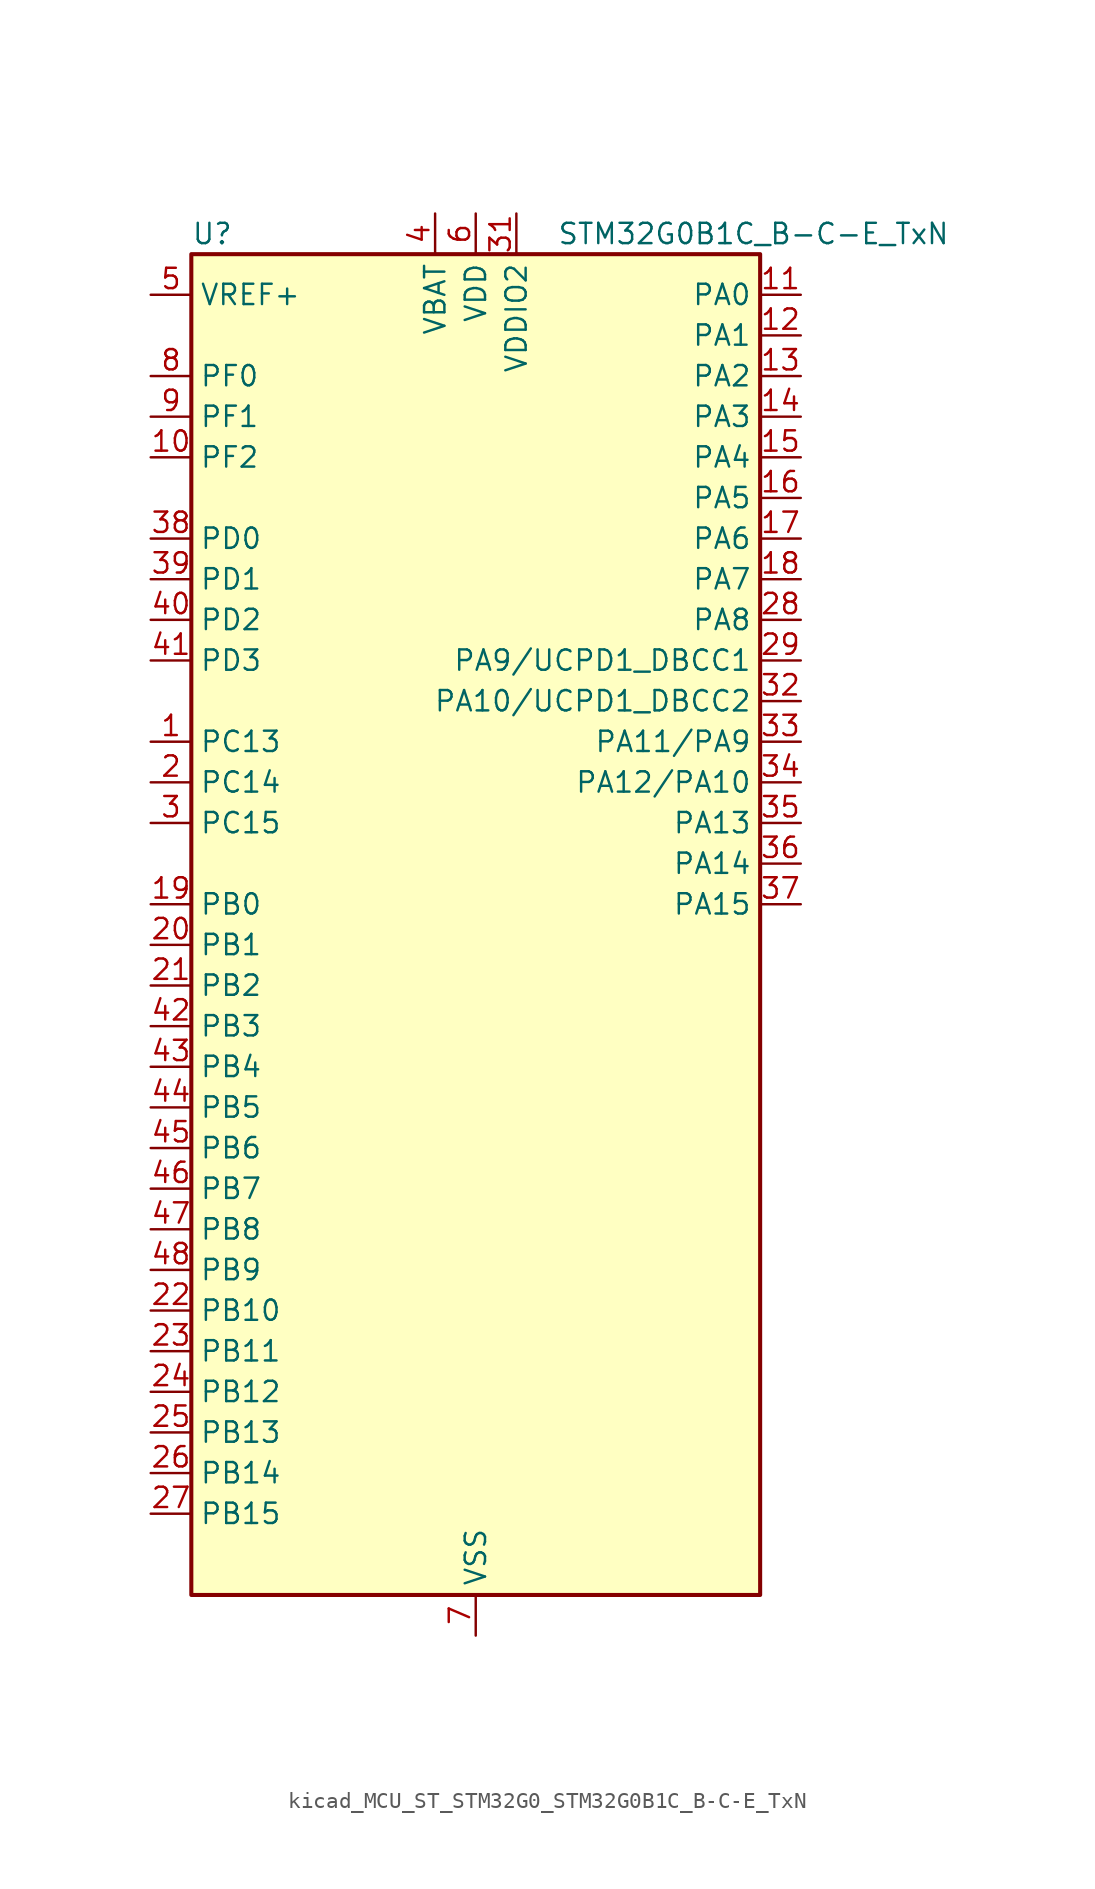
<source format=kicad_sym>
(kicad_symbol_lib
  (version 20220914)
  (generator kicad_symbol_editor)
  (symbol "kicad_MCU_ST_STM32G0_STM32G0B1C_B-C-E_TxN"
    (property "Reference" "U"
      (at -17.78 44.45 0)
      (effects (font (size 1.27 1.27)) (justify left)))
    (property "Value" "STM32G0B1C_B-C-E_TxN"
      (at 5.08 44.45 0)
      (effects (font (size 1.27 1.27)) (justify left)))
    (property "ki_locked" ""
      (at 0 0 0)
      (effects (font (size 1.27 1.27))))
    (symbol "kicad_MCU_ST_STM32G0_STM32G0B1C_B-C-E_TxN_0_1"
      (rectangle (start -17.78 -40.64) (end 17.78 43.18) (stroke (width 0.254) (type default)) (fill (type background))))
    (symbol "kicad_MCU_ST_STM32G0_STM32G0B1C_B-C-E_TxN_1_1"
      (pin bidirectional line (at -20.32 12.7 0) (length 2.54) (name "PC13" (effects (font (size 1.27 1.27)))) (number "1" (effects (font (size 1.27 1.27)))) (alternate "RTC_OUT1" bidirectional line) (alternate "RTC_TAMP_IN1" bidirectional line) (alternate "RTC_TS" bidirectional line) (alternate "SYS_WKUP2" bidirectional line) (alternate "TIM1_BK" bidirectional line))
      (pin bidirectional line (at -20.32 30.48 0) (length 2.54) (name "PF2" (effects (font (size 1.27 1.27)))) (number "10" (effects (font (size 1.27 1.27)))) (alternate "LPUART2_DE" bidirectional line) (alternate "LPUART2_RTS" bidirectional line) (alternate "LPUART2_TX" bidirectional line) (alternate "RCC_MCO" bidirectional line))
      (pin bidirectional line (at 20.32 40.64 180) (length 2.54) (name "PA0" (effects (font (size 1.27 1.27)))) (number "11" (effects (font (size 1.27 1.27)))) (alternate "ADC1_IN0" bidirectional line) (alternate "COMP1_INM" bidirectional line) (alternate "COMP1_OUT" bidirectional line) (alternate "I2S2_CK" bidirectional line) (alternate "LPTIM1_OUT" bidirectional line) (alternate "RTC_TAMP_IN2" bidirectional line) (alternate "SPI2_SCK" bidirectional line) (alternate "SYS_WKUP1" bidirectional line) (alternate "TIM2_CH1" bidirectional line) (alternate "TIM2_ETR" bidirectional line) (alternate "UCPD2_FRSTX1" bidirectional line) (alternate "UCPD2_FRSTX2" bidirectional line) (alternate "USART2_CTS" bidirectional line) (alternate "USART2_NSS" bidirectional line) (alternate "USART4_TX" bidirectional line))
      (pin bidirectional line (at 20.32 38.1 180) (length 2.54) (name "PA1" (effects (font (size 1.27 1.27)))) (number "12" (effects (font (size 1.27 1.27)))) (alternate "ADC1_IN1" bidirectional line) (alternate "COMP1_INP" bidirectional line) (alternate "I2C1_SMBA" bidirectional line) (alternate "I2S1_CK" bidirectional line) (alternate "SPI1_SCK" bidirectional line) (alternate "TIM15_CH1N" bidirectional line) (alternate "TIM2_CH2" bidirectional line) (alternate "USART2_CK" bidirectional line) (alternate "USART2_DE" bidirectional line) (alternate "USART2_RTS" bidirectional line) (alternate "USART4_RX" bidirectional line))
      (pin bidirectional line (at 20.32 35.56 180) (length 2.54) (name "PA2" (effects (font (size 1.27 1.27)))) (number "13" (effects (font (size 1.27 1.27)))) (alternate "ADC1_IN2" bidirectional line) (alternate "COMP2_INM" bidirectional line) (alternate "COMP2_OUT" bidirectional line) (alternate "I2S1_SD" bidirectional line) (alternate "LPUART1_TX" bidirectional line) (alternate "RCC_LSCO" bidirectional line) (alternate "SPI1_MOSI" bidirectional line) (alternate "SYS_WKUP4" bidirectional line) (alternate "TIM15_CH1" bidirectional line) (alternate "TIM2_CH3" bidirectional line) (alternate "UCPD1_FRSTX1" bidirectional line) (alternate "UCPD1_FRSTX2" bidirectional line) (alternate "USART2_TX" bidirectional line))
      (pin bidirectional line (at 20.32 33.02 180) (length 2.54) (name "PA3" (effects (font (size 1.27 1.27)))) (number "14" (effects (font (size 1.27 1.27)))) (alternate "ADC1_IN3" bidirectional line) (alternate "COMP2_INP" bidirectional line) (alternate "I2S2_MCK" bidirectional line) (alternate "LPUART1_RX" bidirectional line) (alternate "SPI2_MISO" bidirectional line) (alternate "TIM15_CH2" bidirectional line) (alternate "TIM2_CH4" bidirectional line) (alternate "UCPD2_FRSTX1" bidirectional line) (alternate "UCPD2_FRSTX2" bidirectional line) (alternate "USART2_RX" bidirectional line))
      (pin bidirectional line (at 20.32 30.48 180) (length 2.54) (name "PA4" (effects (font (size 1.27 1.27)))) (number "15" (effects (font (size 1.27 1.27)))) (alternate "ADC1_IN4" bidirectional line) (alternate "DAC1_OUT1" bidirectional line) (alternate "I2S1_WS" bidirectional line) (alternate "I2S2_SD" bidirectional line) (alternate "LPTIM2_OUT" bidirectional line) (alternate "RTC_OUT2" bidirectional line) (alternate "SPI1_NSS" bidirectional line) (alternate "SPI2_MOSI" bidirectional line) (alternate "SPI3_NSS" bidirectional line) (alternate "TIM14_CH1" bidirectional line) (alternate "UCPD2_FRSTX1" bidirectional line) (alternate "UCPD2_FRSTX2" bidirectional line) (alternate "USART6_TX" bidirectional line) (alternate "USB_NOE" bidirectional line))
      (pin bidirectional line (at 20.32 27.94 180) (length 2.54) (name "PA5" (effects (font (size 1.27 1.27)))) (number "16" (effects (font (size 1.27 1.27)))) (alternate "ADC1_IN5" bidirectional line) (alternate "CEC" bidirectional line) (alternate "DAC1_OUT2" bidirectional line) (alternate "I2S1_CK" bidirectional line) (alternate "LPTIM2_ETR" bidirectional line) (alternate "SPI1_SCK" bidirectional line) (alternate "TIM2_CH1" bidirectional line) (alternate "TIM2_ETR" bidirectional line) (alternate "UCPD1_FRSTX1" bidirectional line) (alternate "UCPD1_FRSTX2" bidirectional line) (alternate "USART3_TX" bidirectional line) (alternate "USART6_RX" bidirectional line))
      (pin bidirectional line (at 20.32 25.4 180) (length 2.54) (name "PA6" (effects (font (size 1.27 1.27)))) (number "17" (effects (font (size 1.27 1.27)))) (alternate "ADC1_IN6" bidirectional line) (alternate "COMP1_OUT" bidirectional line) (alternate "I2C2_SDA" bidirectional line) (alternate "I2C3_SDA" bidirectional line) (alternate "I2S1_MCK" bidirectional line) (alternate "LPUART1_CTS" bidirectional line) (alternate "SPI1_MISO" bidirectional line) (alternate "TIM16_CH1" bidirectional line) (alternate "TIM1_BK" bidirectional line) (alternate "TIM3_CH1" bidirectional line) (alternate "USART3_CTS" bidirectional line) (alternate "USART3_NSS" bidirectional line) (alternate "USART6_CTS" bidirectional line) (alternate "USART6_NSS" bidirectional line))
      (pin bidirectional line (at 20.32 22.86 180) (length 2.54) (name "PA7" (effects (font (size 1.27 1.27)))) (number "18" (effects (font (size 1.27 1.27)))) (alternate "ADC1_IN7" bidirectional line) (alternate "COMP2_OUT" bidirectional line) (alternate "I2C2_SCL" bidirectional line) (alternate "I2C3_SCL" bidirectional line) (alternate "I2S1_SD" bidirectional line) (alternate "SPI1_MOSI" bidirectional line) (alternate "TIM14_CH1" bidirectional line) (alternate "TIM17_CH1" bidirectional line) (alternate "TIM1_CH1N" bidirectional line) (alternate "TIM3_CH2" bidirectional line) (alternate "UCPD1_FRSTX1" bidirectional line) (alternate "UCPD1_FRSTX2" bidirectional line) (alternate "USART6_CK" bidirectional line) (alternate "USART6_DE" bidirectional line) (alternate "USART6_RTS" bidirectional line))
      (pin bidirectional line (at -20.32 2.54 0) (length 2.54) (name "PB0" (effects (font (size 1.27 1.27)))) (number "19" (effects (font (size 1.27 1.27)))) (alternate "ADC1_IN8" bidirectional line) (alternate "COMP1_OUT" bidirectional line) (alternate "COMP3_INP" bidirectional line) (alternate "FDCAN2_RX" bidirectional line) (alternate "I2S1_WS" bidirectional line) (alternate "LPTIM1_OUT" bidirectional line) (alternate "LPUART2_CTS" bidirectional line) (alternate "SPI1_NSS" bidirectional line) (alternate "TIM1_CH2N" bidirectional line) (alternate "TIM3_CH3" bidirectional line) (alternate "UCPD1_FRSTX1" bidirectional line) (alternate "UCPD1_FRSTX2" bidirectional line) (alternate "USART3_RX" bidirectional line) (alternate "USART5_TX" bidirectional line))
      (pin bidirectional line (at -20.32 10.16 0) (length 2.54) (name "PC14" (effects (font (size 1.27 1.27)))) (number "2" (effects (font (size 1.27 1.27)))) (alternate "RCC_OSC32_IN" bidirectional line) (alternate "TIM1_BK2" bidirectional line))
      (pin bidirectional line (at -20.32 0 0) (length 2.54) (name "PB1" (effects (font (size 1.27 1.27)))) (number "20" (effects (font (size 1.27 1.27)))) (alternate "ADC1_IN9" bidirectional line) (alternate "COMP1_INM" bidirectional line) (alternate "COMP3_OUT" bidirectional line) (alternate "FDCAN2_TX" bidirectional line) (alternate "LPTIM2_IN1" bidirectional line) (alternate "LPUART1_DE" bidirectional line) (alternate "LPUART1_RTS" bidirectional line) (alternate "LPUART2_DE" bidirectional line) (alternate "LPUART2_RTS" bidirectional line) (alternate "TIM14_CH1" bidirectional line) (alternate "TIM1_CH3N" bidirectional line) (alternate "TIM3_CH4" bidirectional line) (alternate "USART3_CK" bidirectional line) (alternate "USART3_DE" bidirectional line) (alternate "USART3_RTS" bidirectional line) (alternate "USART5_RX" bidirectional line))
      (pin bidirectional line (at -20.32 -2.54 0) (length 2.54) (name "PB2" (effects (font (size 1.27 1.27)))) (number "21" (effects (font (size 1.27 1.27)))) (alternate "ADC1_IN10" bidirectional line) (alternate "COMP1_INP" bidirectional line) (alternate "COMP3_INM" bidirectional line) (alternate "I2S2_MCK" bidirectional line) (alternate "LPTIM1_OUT" bidirectional line) (alternate "RCC_MCO_2" bidirectional line) (alternate "SPI2_MISO" bidirectional line) (alternate "USART3_TX" bidirectional line))
      (pin bidirectional line (at -20.32 -22.86 0) (length 2.54) (name "PB10" (effects (font (size 1.27 1.27)))) (number "22" (effects (font (size 1.27 1.27)))) (alternate "ADC1_IN11" bidirectional line) (alternate "CEC" bidirectional line) (alternate "COMP1_OUT" bidirectional line) (alternate "I2C2_SCL" bidirectional line) (alternate "I2S2_CK" bidirectional line) (alternate "LPUART1_RX" bidirectional line) (alternate "SPI2_SCK" bidirectional line) (alternate "TIM2_CH3" bidirectional line) (alternate "USART3_TX" bidirectional line))
      (pin bidirectional line (at -20.32 -25.4 0) (length 2.54) (name "PB11" (effects (font (size 1.27 1.27)))) (number "23" (effects (font (size 1.27 1.27)))) (alternate "ADC1_EXTI11" bidirectional line) (alternate "ADC1_IN15" bidirectional line) (alternate "COMP2_OUT" bidirectional line) (alternate "I2C2_SDA" bidirectional line) (alternate "I2S2_SD" bidirectional line) (alternate "LPUART1_TX" bidirectional line) (alternate "SPI2_MOSI" bidirectional line) (alternate "TIM2_CH4" bidirectional line) (alternate "USART3_RX" bidirectional line))
      (pin bidirectional line (at -20.32 -27.94 0) (length 2.54) (name "PB12" (effects (font (size 1.27 1.27)))) (number "24" (effects (font (size 1.27 1.27)))) (alternate "ADC1_IN16" bidirectional line) (alternate "FDCAN2_RX" bidirectional line) (alternate "I2C2_SMBA" bidirectional line) (alternate "I2S2_WS" bidirectional line) (alternate "LPUART1_DE" bidirectional line) (alternate "LPUART1_RTS" bidirectional line) (alternate "SPI2_NSS" bidirectional line) (alternate "TIM15_BK" bidirectional line) (alternate "TIM1_BK" bidirectional line) (alternate "UCPD2_FRSTX1" bidirectional line) (alternate "UCPD2_FRSTX2" bidirectional line))
      (pin bidirectional line (at -20.32 -30.48 0) (length 2.54) (name "PB13" (effects (font (size 1.27 1.27)))) (number "25" (effects (font (size 1.27 1.27)))) (alternate "FDCAN2_TX" bidirectional line) (alternate "I2C2_SCL" bidirectional line) (alternate "I2S2_CK" bidirectional line) (alternate "LPUART1_CTS" bidirectional line) (alternate "SPI2_SCK" bidirectional line) (alternate "TIM15_CH1N" bidirectional line) (alternate "TIM1_CH1N" bidirectional line) (alternate "USART3_CTS" bidirectional line) (alternate "USART3_NSS" bidirectional line))
      (pin bidirectional line (at -20.32 -33.02 0) (length 2.54) (name "PB14" (effects (font (size 1.27 1.27)))) (number "26" (effects (font (size 1.27 1.27)))) (alternate "I2C2_SDA" bidirectional line) (alternate "I2S2_MCK" bidirectional line) (alternate "SPI2_MISO" bidirectional line) (alternate "TIM15_CH1" bidirectional line) (alternate "TIM1_CH2N" bidirectional line) (alternate "UCPD1_FRSTX1" bidirectional line) (alternate "UCPD1_FRSTX2" bidirectional line) (alternate "USART3_CK" bidirectional line) (alternate "USART3_DE" bidirectional line) (alternate "USART3_RTS" bidirectional line) (alternate "USART6_CK" bidirectional line) (alternate "USART6_DE" bidirectional line) (alternate "USART6_RTS" bidirectional line))
      (pin bidirectional line (at -20.32 -35.56 0) (length 2.54) (name "PB15" (effects (font (size 1.27 1.27)))) (number "27" (effects (font (size 1.27 1.27)))) (alternate "I2S2_SD" bidirectional line) (alternate "RTC_REFIN" bidirectional line) (alternate "SPI2_MOSI" bidirectional line) (alternate "TIM15_CH1N" bidirectional line) (alternate "TIM15_CH2" bidirectional line) (alternate "TIM1_CH3N" bidirectional line) (alternate "UCPD1_CC2" bidirectional line) (alternate "USART6_CTS" bidirectional line) (alternate "USART6_NSS" bidirectional line))
      (pin bidirectional line (at 20.32 20.32 180) (length 2.54) (name "PA8" (effects (font (size 1.27 1.27)))) (number "28" (effects (font (size 1.27 1.27)))) (alternate "CRS1_SYNC" bidirectional line) (alternate "I2C2_SMBA" bidirectional line) (alternate "I2S2_WS" bidirectional line) (alternate "LPTIM2_OUT" bidirectional line) (alternate "RCC_MCO" bidirectional line) (alternate "SPI2_NSS" bidirectional line) (alternate "TIM1_CH1" bidirectional line) (alternate "UCPD1_CC1" bidirectional line))
      (pin bidirectional line (at 20.32 17.78 180) (length 2.54) (name "PA9/UCPD1_DBCC1" (effects (font (size 1.27 1.27)))) (number "29" (effects (font (size 1.27 1.27)))) (alternate "DAC1_EXTI9" bidirectional line) (alternate "I2C1_SCL" bidirectional line) (alternate "I2C2_SCL" bidirectional line) (alternate "I2S2_MCK" bidirectional line) (alternate "RCC_MCO" bidirectional line) (alternate "SPI2_MISO" bidirectional line) (alternate "TIM15_BK" bidirectional line) (alternate "TIM1_CH2" bidirectional line) (alternate "UCPD1_DBCC1" bidirectional line) (alternate "USART1_TX" bidirectional line))
      (pin bidirectional line (at -20.32 7.62 0) (length 2.54) (name "PC15" (effects (font (size 1.27 1.27)))) (number "3" (effects (font (size 1.27 1.27)))) (alternate "RCC_OSC32_EN" bidirectional line) (alternate "RCC_OSC32_OUT" bidirectional line) (alternate "RCC_OSC_EN" bidirectional line) (alternate "TIM15_BK" bidirectional line))
      (pin passive line (at 0 -43.18 90) (length 2.54) hide (name "VSS" (effects (font (size 1.27 1.27)))) (number "30" (effects (font (size 1.27 1.27)))))
      (pin power_in line (at 2.54 45.72 270) (length 2.54) (name "VDDIO2" (effects (font (size 1.27 1.27)))) (number "31" (effects (font (size 1.27 1.27)))))
      (pin bidirectional line (at 20.32 15.24 180) (length 2.54) (name "PA10/UCPD1_DBCC2" (effects (font (size 1.27 1.27)))) (number "32" (effects (font (size 1.27 1.27)))) (alternate "I2C1_SDA" bidirectional line) (alternate "I2C2_SDA" bidirectional line) (alternate "I2S2_SD" bidirectional line) (alternate "RCC_MCO_2" bidirectional line) (alternate "SPI2_MOSI" bidirectional line) (alternate "TIM17_BK" bidirectional line) (alternate "TIM1_CH3" bidirectional line) (alternate "UCPD1_DBCC2" bidirectional line) (alternate "USART1_RX" bidirectional line))
      (pin bidirectional line (at 20.32 12.7 180) (length 2.54) (name "PA11/PA9" (effects (font (size 1.27 1.27)))) (number "33" (effects (font (size 1.27 1.27)))) (alternate "ADC1_EXTI11" bidirectional line) (alternate "COMP1_OUT" bidirectional line) (alternate "FDCAN1_RX" bidirectional line) (alternate "I2C2_SCL" bidirectional line) (alternate "I2S1_MCK" bidirectional line) (alternate "SPI1_MISO" bidirectional line) (alternate "TIM1_BK2" bidirectional line) (alternate "TIM1_CH4" bidirectional line) (alternate "USART1_CTS" bidirectional line) (alternate "USART1_NSS" bidirectional line) (alternate "USB_DM" bidirectional line))
      (pin bidirectional line (at 20.32 10.16 180) (length 2.54) (name "PA12/PA10" (effects (font (size 1.27 1.27)))) (number "34" (effects (font (size 1.27 1.27)))) (alternate "COMP2_OUT" bidirectional line) (alternate "FDCAN1_TX" bidirectional line) (alternate "I2C2_SDA" bidirectional line) (alternate "I2S1_SD" bidirectional line) (alternate "I2S_CKIN" bidirectional line) (alternate "SPI1_MOSI" bidirectional line) (alternate "TIM1_ETR" bidirectional line) (alternate "USART1_CK" bidirectional line) (alternate "USART1_DE" bidirectional line) (alternate "USART1_RTS" bidirectional line) (alternate "USB_DP" bidirectional line))
      (pin bidirectional line (at 20.32 7.62 180) (length 2.54) (name "PA13" (effects (font (size 1.27 1.27)))) (number "35" (effects (font (size 1.27 1.27)))) (alternate "IR_OUT" bidirectional line) (alternate "LPUART2_RX" bidirectional line) (alternate "SYS_SWDIO" bidirectional line) (alternate "USB_NOE" bidirectional line))
      (pin bidirectional line (at 20.32 5.08 180) (length 2.54) (name "PA14" (effects (font (size 1.27 1.27)))) (number "36" (effects (font (size 1.27 1.27)))) (alternate "LPUART2_TX" bidirectional line) (alternate "SYS_SWCLK" bidirectional line) (alternate "USART2_TX" bidirectional line))
      (pin bidirectional line (at 20.32 2.54 180) (length 2.54) (name "PA15" (effects (font (size 1.27 1.27)))) (number "37" (effects (font (size 1.27 1.27)))) (alternate "I2C2_SMBA" bidirectional line) (alternate "I2S1_WS" bidirectional line) (alternate "RCC_MCO_2" bidirectional line) (alternate "SPI1_NSS" bidirectional line) (alternate "SPI3_NSS" bidirectional line) (alternate "TIM2_CH1" bidirectional line) (alternate "TIM2_ETR" bidirectional line) (alternate "USART2_RX" bidirectional line) (alternate "USART3_CK" bidirectional line) (alternate "USART3_DE" bidirectional line) (alternate "USART3_RTS" bidirectional line) (alternate "USART4_CK" bidirectional line) (alternate "USART4_DE" bidirectional line) (alternate "USART4_RTS" bidirectional line) (alternate "USB_NOE" bidirectional line))
      (pin bidirectional line (at -20.32 25.4 0) (length 2.54) (name "PD0" (effects (font (size 1.27 1.27)))) (number "38" (effects (font (size 1.27 1.27)))) (alternate "FDCAN1_RX" bidirectional line) (alternate "I2S2_WS" bidirectional line) (alternate "SPI2_NSS" bidirectional line) (alternate "TIM16_CH1" bidirectional line) (alternate "UCPD2_CC1" bidirectional line))
      (pin bidirectional line (at -20.32 22.86 0) (length 2.54) (name "PD1" (effects (font (size 1.27 1.27)))) (number "39" (effects (font (size 1.27 1.27)))) (alternate "FDCAN1_TX" bidirectional line) (alternate "I2S2_CK" bidirectional line) (alternate "SPI2_SCK" bidirectional line) (alternate "TIM17_CH1" bidirectional line) (alternate "UCPD2_DBCC1" bidirectional line))
      (pin power_in line (at -2.54 45.72 270) (length 2.54) (name "VBAT" (effects (font (size 1.27 1.27)))) (number "4" (effects (font (size 1.27 1.27)))))
      (pin bidirectional line (at -20.32 20.32 0) (length 2.54) (name "PD2" (effects (font (size 1.27 1.27)))) (number "40" (effects (font (size 1.27 1.27)))) (alternate "TIM1_CH1N" bidirectional line) (alternate "TIM3_ETR" bidirectional line) (alternate "UCPD2_CC2" bidirectional line) (alternate "USART3_CK" bidirectional line) (alternate "USART3_DE" bidirectional line) (alternate "USART3_RTS" bidirectional line) (alternate "USART5_RX" bidirectional line))
      (pin bidirectional line (at -20.32 17.78 0) (length 2.54) (name "PD3" (effects (font (size 1.27 1.27)))) (number "41" (effects (font (size 1.27 1.27)))) (alternate "I2S2_MCK" bidirectional line) (alternate "SPI2_MISO" bidirectional line) (alternate "TIM1_CH2N" bidirectional line) (alternate "UCPD2_DBCC2" bidirectional line) (alternate "USART2_CTS" bidirectional line) (alternate "USART2_NSS" bidirectional line) (alternate "USART5_TX" bidirectional line))
      (pin bidirectional line (at -20.32 -5.08 0) (length 2.54) (name "PB3" (effects (font (size 1.27 1.27)))) (number "42" (effects (font (size 1.27 1.27)))) (alternate "COMP2_INM" bidirectional line) (alternate "I2C2_SCL" bidirectional line) (alternate "I2C3_SCL" bidirectional line) (alternate "I2S1_CK" bidirectional line) (alternate "SPI1_SCK" bidirectional line) (alternate "SPI3_SCK" bidirectional line) (alternate "TIM1_CH2" bidirectional line) (alternate "TIM2_CH2" bidirectional line) (alternate "USART1_CK" bidirectional line) (alternate "USART1_DE" bidirectional line) (alternate "USART1_RTS" bidirectional line) (alternate "USART5_TX" bidirectional line))
      (pin bidirectional line (at -20.32 -7.62 0) (length 2.54) (name "PB4" (effects (font (size 1.27 1.27)))) (number "43" (effects (font (size 1.27 1.27)))) (alternate "COMP2_INP" bidirectional line) (alternate "I2C2_SDA" bidirectional line) (alternate "I2C3_SDA" bidirectional line) (alternate "I2S1_MCK" bidirectional line) (alternate "SPI1_MISO" bidirectional line) (alternate "SPI3_MISO" bidirectional line) (alternate "TIM17_BK" bidirectional line) (alternate "TIM3_CH1" bidirectional line) (alternate "USART1_CTS" bidirectional line) (alternate "USART1_NSS" bidirectional line) (alternate "USART5_RX" bidirectional line))
      (pin bidirectional line (at -20.32 -10.16 0) (length 2.54) (name "PB5" (effects (font (size 1.27 1.27)))) (number "44" (effects (font (size 1.27 1.27)))) (alternate "COMP2_OUT" bidirectional line) (alternate "FDCAN2_RX" bidirectional line) (alternate "I2C1_SMBA" bidirectional line) (alternate "I2S1_SD" bidirectional line) (alternate "LPTIM1_IN1" bidirectional line) (alternate "SPI1_MOSI" bidirectional line) (alternate "SPI3_MOSI" bidirectional line) (alternate "SYS_WKUP6" bidirectional line) (alternate "TIM16_BK" bidirectional line) (alternate "TIM3_CH2" bidirectional line) (alternate "USART5_CK" bidirectional line) (alternate "USART5_DE" bidirectional line) (alternate "USART5_RTS" bidirectional line))
      (pin bidirectional line (at -20.32 -12.7 0) (length 2.54) (name "PB6" (effects (font (size 1.27 1.27)))) (number "45" (effects (font (size 1.27 1.27)))) (alternate "COMP2_INP" bidirectional line) (alternate "FDCAN2_TX" bidirectional line) (alternate "I2C1_SCL" bidirectional line) (alternate "I2S2_MCK" bidirectional line) (alternate "LPTIM1_ETR" bidirectional line) (alternate "LPUART2_TX" bidirectional line) (alternate "SPI2_MISO" bidirectional line) (alternate "TIM16_CH1N" bidirectional line) (alternate "TIM1_CH3" bidirectional line) (alternate "TIM4_CH1" bidirectional line) (alternate "USART1_TX" bidirectional line) (alternate "USART5_CTS" bidirectional line) (alternate "USART5_NSS" bidirectional line))
      (pin bidirectional line (at -20.32 -15.24 0) (length 2.54) (name "PB7" (effects (font (size 1.27 1.27)))) (number "46" (effects (font (size 1.27 1.27)))) (alternate "COMP2_INM" bidirectional line) (alternate "I2C1_SDA" bidirectional line) (alternate "I2S2_SD" bidirectional line) (alternate "LPTIM1_IN2" bidirectional line) (alternate "LPUART2_RX" bidirectional line) (alternate "SPI2_MOSI" bidirectional line) (alternate "SYS_PVD_IN" bidirectional line) (alternate "TIM17_CH1N" bidirectional line) (alternate "TIM4_CH2" bidirectional line) (alternate "USART1_RX" bidirectional line) (alternate "USART4_CTS" bidirectional line) (alternate "USART4_NSS" bidirectional line))
      (pin bidirectional line (at -20.32 -17.78 0) (length 2.54) (name "PB8" (effects (font (size 1.27 1.27)))) (number "47" (effects (font (size 1.27 1.27)))) (alternate "CEC" bidirectional line) (alternate "FDCAN1_RX" bidirectional line) (alternate "I2C1_SCL" bidirectional line) (alternate "I2S2_CK" bidirectional line) (alternate "SPI2_SCK" bidirectional line) (alternate "TIM15_BK" bidirectional line) (alternate "TIM16_CH1" bidirectional line) (alternate "TIM4_CH3" bidirectional line) (alternate "USART3_TX" bidirectional line) (alternate "USART6_TX" bidirectional line))
      (pin bidirectional line (at -20.32 -20.32 0) (length 2.54) (name "PB9" (effects (font (size 1.27 1.27)))) (number "48" (effects (font (size 1.27 1.27)))) (alternate "DAC1_EXTI9" bidirectional line) (alternate "FDCAN1_TX" bidirectional line) (alternate "I2C1_SDA" bidirectional line) (alternate "I2S2_WS" bidirectional line) (alternate "IR_OUT" bidirectional line) (alternate "SPI2_NSS" bidirectional line) (alternate "TIM17_CH1" bidirectional line) (alternate "TIM4_CH4" bidirectional line) (alternate "UCPD2_FRSTX1" bidirectional line) (alternate "UCPD2_FRSTX2" bidirectional line) (alternate "USART3_RX" bidirectional line) (alternate "USART6_RX" bidirectional line))
      (pin input line (at -20.32 40.64 0) (length 2.54) (name "VREF+" (effects (font (size 1.27 1.27)))) (number "5" (effects (font (size 1.27 1.27)))) (alternate "VREFBUF_OUT" bidirectional line))
      (pin power_in line (at 0 45.72 270) (length 2.54) (name "VDD" (effects (font (size 1.27 1.27)))) (number "6" (effects (font (size 1.27 1.27)))))
      (pin power_in line (at 0 -43.18 90) (length 2.54) (name "VSS" (effects (font (size 1.27 1.27)))) (number "7" (effects (font (size 1.27 1.27)))))
      (pin bidirectional line (at -20.32 35.56 0) (length 2.54) (name "PF0" (effects (font (size 1.27 1.27)))) (number "8" (effects (font (size 1.27 1.27)))) (alternate "CRS1_SYNC" bidirectional line) (alternate "RCC_OSC_IN" bidirectional line) (alternate "TIM14_CH1" bidirectional line))
      (pin bidirectional line (at -20.32 33.02 0) (length 2.54) (name "PF1" (effects (font (size 1.27 1.27)))) (number "9" (effects (font (size 1.27 1.27)))) (alternate "RCC_OSC_EN" bidirectional line) (alternate "RCC_OSC_OUT" bidirectional line) (alternate "TIM15_CH1N" bidirectional line)))))
</source>
